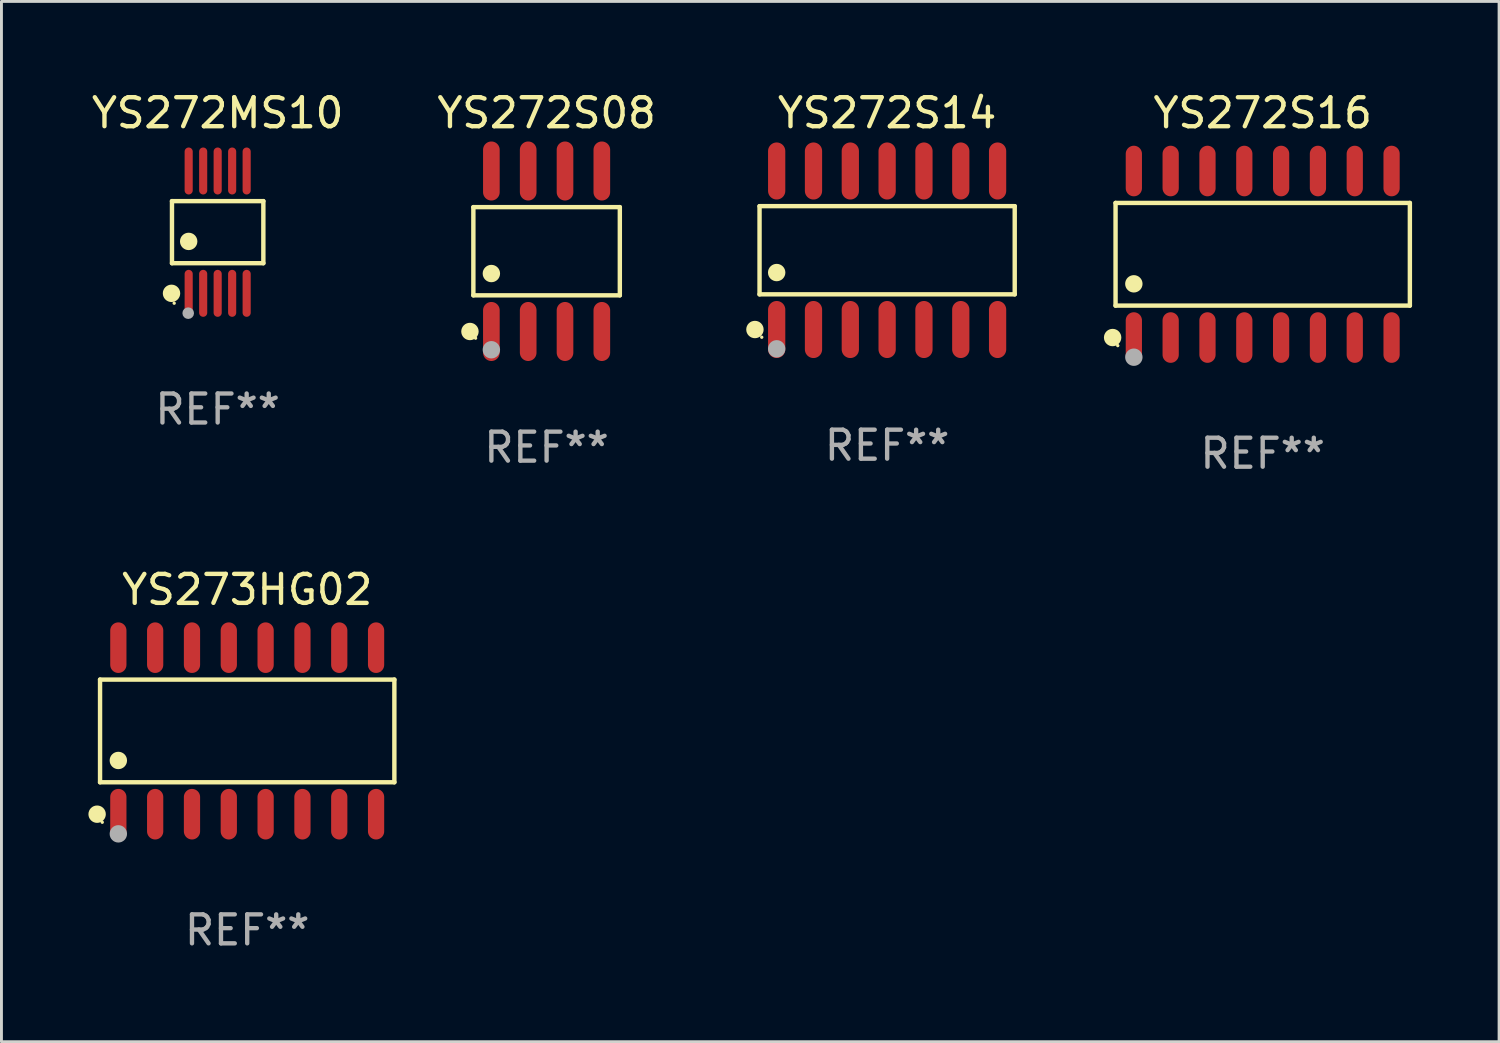
<source format=kicad_pcb>
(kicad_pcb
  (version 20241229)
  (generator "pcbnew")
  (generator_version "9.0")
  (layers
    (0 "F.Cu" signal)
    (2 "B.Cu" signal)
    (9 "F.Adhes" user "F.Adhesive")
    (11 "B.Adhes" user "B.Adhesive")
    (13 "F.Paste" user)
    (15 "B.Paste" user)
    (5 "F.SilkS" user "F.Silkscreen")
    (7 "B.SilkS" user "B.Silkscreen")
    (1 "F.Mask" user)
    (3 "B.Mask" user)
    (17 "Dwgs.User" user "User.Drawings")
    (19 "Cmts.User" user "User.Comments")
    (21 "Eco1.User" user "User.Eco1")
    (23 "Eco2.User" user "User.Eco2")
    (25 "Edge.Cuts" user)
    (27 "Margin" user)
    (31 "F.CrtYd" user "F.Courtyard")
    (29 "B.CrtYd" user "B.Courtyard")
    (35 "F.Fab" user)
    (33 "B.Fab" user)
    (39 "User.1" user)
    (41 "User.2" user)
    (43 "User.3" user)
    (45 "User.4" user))
  (footprint "YS272S08"
    (layer "F.Cu")
    (at 15.804 5.616)
    (property "Reference" "YS272S08" (at 0 -4.768 0) (layer "F.SilkS") (effects (font (size 1 1) (thickness 0.15))))
    (attr through_hole)
    (fp_line (start -2.526 -1.521) (end 2.526 -1.521) (stroke (width 0.152) (type solid)) (layer "F.SilkS"))
    (fp_line (start -2.526 1.521) (end -2.526 -1.521) (stroke (width 0.152) (type solid)) (layer "F.SilkS"))
    (fp_line (start 2.526 -1.521) (end 2.526 1.521) (stroke (width 0.152) (type solid)) (layer "F.SilkS"))
    (fp_line (start 2.526 1.521) (end -2.526 1.521) (stroke (width 0.152) (type solid)) (layer "F.SilkS"))
    (fp_circle (center -2.644 2.768) (end -2.494 2.768) (stroke (width 0.3) (type solid)) (fill no) (layer "F.SilkS"))
    (fp_circle (center -2.45 2.998) (end -2.42 2.998) (stroke (width 0.06) (type solid)) (fill no) (layer "F.SilkS"))
    (fp_circle (center -1.905 0.769) (end -1.755 0.769) (stroke (width 0.3) (type solid)) (fill no) (layer "F.SilkS"))
    (fp_circle (center -1.905 3.398) (end -1.755 3.398) (stroke (width 0.3) (type solid)) (fill no) (layer "F.Fab"))
    (fp_text user "REF**" (at 0 6.768 0) (layer "F.Fab") (effects (font (size 1 1) (thickness 0.15))))
    (pad "1" smd oval (at -1.905 2.768) (size 0.574 2.036) (layers "F.Cu" "F.Mask" "F.Paste"))
    (pad "2" smd oval (at -0.635 2.768) (size 0.574 2.036) (layers "F.Cu" "F.Mask" "F.Paste"))
    (pad "3" smd oval (at 0.635 2.768) (size 0.574 2.036) (layers "F.Cu" "F.Mask" "F.Paste"))
    (pad "4" smd oval (at 1.905 2.768) (size 0.574 2.036) (layers "F.Cu" "F.Mask" "F.Paste"))
    (pad "5" smd oval (at 1.905 -2.768) (size 0.574 2.036) (layers "F.Cu" "F.Mask" "F.Paste"))
    (pad "6" smd oval (at 0.635 -2.768) (size 0.574 2.036) (layers "F.Cu" "F.Mask" "F.Paste"))
    (pad "7" smd oval (at -0.635 -2.768) (size 0.574 2.036) (layers "F.Cu" "F.Mask" "F.Paste"))
    (pad "8" smd oval (at -1.905 -2.768) (size 0.574 2.036) (layers "F.Cu" "F.Mask" "F.Paste")))
  (footprint "YS272S14"
    (layer "F.Cu")
    (at 27.55 5.582)
    (property "Reference" "YS272S14" (at 0 -4.734 0) (layer "F.SilkS") (effects (font (size 1 1) (thickness 0.15))))
    (attr through_hole)
    (fp_line (start -4.401 -1.521) (end 4.401 -1.521) (stroke (width 0.152) (type solid)) (layer "F.SilkS"))
    (fp_line (start -4.401 1.521) (end -4.401 -1.521) (stroke (width 0.152) (type solid)) (layer "F.SilkS"))
    (fp_line (start 4.401 -1.521) (end 4.401 1.521) (stroke (width 0.152) (type solid)) (layer "F.SilkS"))
    (fp_line (start 4.401 1.521) (end -4.401 1.521) (stroke (width 0.152) (type solid)) (layer "F.SilkS"))
    (fp_circle (center -4.56 2.734) (end -4.41 2.734) (stroke (width 0.3) (type solid)) (fill no) (layer "F.SilkS"))
    (fp_circle (center -4.325 3) (end -4.295 3) (stroke (width 0.06) (type solid)) (fill no) (layer "F.SilkS"))
    (fp_circle (center -3.81 0.769) (end -3.66 0.769) (stroke (width 0.3) (type solid)) (fill no) (layer "F.SilkS"))
    (fp_circle (center -3.81 3.4) (end -3.66 3.4) (stroke (width 0.3) (type solid)) (fill no) (layer "F.Fab"))
    (fp_text user "REF**" (at 0 6.734 0) (layer "F.Fab") (effects (font (size 1 1) (thickness 0.15))))
    (pad "1" smd oval (at -3.81 2.734) (size 0.595 1.968) (layers "F.Cu" "F.Mask" "F.Paste"))
    (pad "2" smd oval (at -2.54 2.734) (size 0.595 1.968) (layers "F.Cu" "F.Mask" "F.Paste"))
    (pad "3" smd oval (at -1.27 2.734) (size 0.595 1.968) (layers "F.Cu" "F.Mask" "F.Paste"))
    (pad "4" smd oval (at 0 2.734) (size 0.595 1.968) (layers "F.Cu" "F.Mask" "F.Paste"))
    (pad "5" smd oval (at 1.27 2.734) (size 0.595 1.968) (layers "F.Cu" "F.Mask" "F.Paste"))
    (pad "6" smd oval (at 2.54 2.734) (size 0.595 1.968) (layers "F.Cu" "F.Mask" "F.Paste"))
    (pad "7" smd oval (at 3.81 2.734) (size 0.595 1.968) (layers "F.Cu" "F.Mask" "F.Paste"))
    (pad "8" smd oval (at 3.81 -2.734) (size 0.595 1.968) (layers "F.Cu" "F.Mask" "F.Paste"))
    (pad "9" smd oval (at 2.54 -2.734) (size 0.595 1.968) (layers "F.Cu" "F.Mask" "F.Paste"))
    (pad "10" smd oval (at 1.27 -2.734) (size 0.595 1.968) (layers "F.Cu" "F.Mask" "F.Paste"))
    (pad "11" smd oval (at 0 -2.734) (size 0.595 1.968) (layers "F.Cu" "F.Mask" "F.Paste"))
    (pad "12" smd oval (at -1.27 -2.734) (size 0.595 1.968) (layers "F.Cu" "F.Mask" "F.Paste"))
    (pad "13" smd oval (at -2.54 -2.734) (size 0.595 1.968) (layers "F.Cu" "F.Mask" "F.Paste"))
    (pad "14" smd oval (at -3.81 -2.734) (size 0.595 1.968) (layers "F.Cu" "F.Mask" "F.Paste")))
  (footprint "YS273HG02"
    (layer "F.Cu")
    (at 5.477 22.162)
    (property "Reference" "YS273HG02" (at 0 -4.872 0) (layer "F.SilkS") (effects (font (size 1 1) (thickness 0.15))))
    (attr through_hole)
    (fp_line (start -5.076 -1.771) (end 5.076 -1.771) (stroke (width 0.152) (type solid)) (layer "F.SilkS"))
    (fp_line (start -5.076 1.771) (end -5.076 -1.771) (stroke (width 0.152) (type solid)) (layer "F.SilkS"))
    (fp_line (start 5.076 -1.771) (end 5.076 1.771) (stroke (width 0.152) (type solid)) (layer "F.SilkS"))
    (fp_line (start 5.076 1.771) (end -5.076 1.771) (stroke (width 0.152) (type solid)) (layer "F.SilkS"))
    (fp_circle (center -5.177 2.872) (end -5.027 2.872) (stroke (width 0.3) (type solid)) (fill no) (layer "F.SilkS"))
    (fp_circle (center -5 3.15) (end -4.97 3.15) (stroke (width 0.06) (type solid)) (fill no) (layer "F.SilkS"))
    (fp_circle (center -4.445 1.019) (end -4.295 1.019) (stroke (width 0.3) (type solid)) (fill no) (layer "F.SilkS"))
    (fp_circle (center -4.445 3.55) (end -4.295 3.55) (stroke (width 0.3) (type solid)) (fill no) (layer "F.Fab"))
    (fp_text user "REF**" (at 0 6.872 0) (layer "F.Fab") (effects (font (size 1 1) (thickness 0.15))))
    (pad "1" smd oval (at -4.445 2.872) (size 0.56 1.745) (layers "F.Cu" "F.Mask" "F.Paste"))
    (pad "2" smd oval (at -3.175 2.872) (size 0.56 1.745) (layers "F.Cu" "F.Mask" "F.Paste"))
    (pad "3" smd oval (at -1.905 2.872) (size 0.56 1.745) (layers "F.Cu" "F.Mask" "F.Paste"))
    (pad "4" smd oval (at -0.635 2.872) (size 0.56 1.745) (layers "F.Cu" "F.Mask" "F.Paste"))
    (pad "5" smd oval (at 0.635 2.872) (size 0.56 1.745) (layers "F.Cu" "F.Mask" "F.Paste"))
    (pad "6" smd oval (at 1.905 2.872) (size 0.56 1.745) (layers "F.Cu" "F.Mask" "F.Paste"))
    (pad "7" smd oval (at 3.175 2.872) (size 0.56 1.745) (layers "F.Cu" "F.Mask" "F.Paste"))
    (pad "8" smd oval (at 4.445 2.872) (size 0.56 1.745) (layers "F.Cu" "F.Mask" "F.Paste"))
    (pad "9" smd oval (at 4.445 -2.872) (size 0.56 1.745) (layers "F.Cu" "F.Mask" "F.Paste"))
    (pad "10" smd oval (at 3.175 -2.872) (size 0.56 1.745) (layers "F.Cu" "F.Mask" "F.Paste"))
    (pad "11" smd oval (at 1.905 -2.872) (size 0.56 1.745) (layers "F.Cu" "F.Mask" "F.Paste"))
    (pad "12" smd oval (at 0.635 -2.872) (size 0.56 1.745) (layers "F.Cu" "F.Mask" "F.Paste"))
    (pad "13" smd oval (at -0.635 -2.872) (size 0.56 1.745) (layers "F.Cu" "F.Mask" "F.Paste"))
    (pad "14" smd oval (at -1.905 -2.872) (size 0.56 1.745) (layers "F.Cu" "F.Mask" "F.Paste"))
    (pad "15" smd oval (at -3.175 -2.872) (size 0.56 1.745) (layers "F.Cu" "F.Mask" "F.Paste"))
    (pad "16" smd oval (at -4.445 -2.872) (size 0.56 1.745) (layers "F.Cu" "F.Mask" "F.Paste")))
  (footprint "YS272MS10"
    (layer "F.Cu")
    (at 4.458 4.958)
    (property "Reference" "YS272MS10" (at 0 -4.11 0) (layer "F.SilkS") (effects (font (size 1 1) (thickness 0.15))))
    (attr through_hole)
    (fp_line (start -1.576 -1.071) (end 1.576 -1.071) (stroke (width 0.152) (type solid)) (layer "F.SilkS"))
    (fp_line (start -1.576 1.071) (end -1.576 -1.071) (stroke (width 0.152) (type solid)) (layer "F.SilkS"))
    (fp_line (start 1.576 -1.071) (end 1.576 1.071) (stroke (width 0.152) (type solid)) (layer "F.SilkS"))
    (fp_line (start 1.576 1.071) (end -1.576 1.071) (stroke (width 0.152) (type solid)) (layer "F.SilkS"))
    (fp_circle (center -1.592 2.11) (end -1.442 2.11) (stroke (width 0.3) (type solid)) (fill no) (layer "F.SilkS"))
    (fp_circle (center -1.5 2.45) (end -1.47 2.45) (stroke (width 0.06) (type solid)) (fill no) (layer "F.SilkS"))
    (fp_circle (center -1 0.319) (end -0.85 0.319) (stroke (width 0.3) (type solid)) (fill no) (layer "F.SilkS"))
    (fp_circle (center -1.016 2.794) (end -0.916 2.794) (stroke (width 0.2) (type solid)) (fill no) (layer "F.Fab"))
    (fp_text user "REF**" (at 0 6.11 0) (layer "F.Fab") (effects (font (size 1 1) (thickness 0.15))))
    (pad "1" smd oval (at -1 2.11) (size 0.28 1.62) (layers "F.Cu" "F.Mask" "F.Paste"))
    (pad "2" smd oval (at -0.5 2.11) (size 0.28 1.62) (layers "F.Cu" "F.Mask" "F.Paste"))
    (pad "3" smd oval (at 0 2.11) (size 0.28 1.62) (layers "F.Cu" "F.Mask" "F.Paste"))
    (pad "4" smd oval (at 0.5 2.11) (size 0.28 1.62) (layers "F.Cu" "F.Mask" "F.Paste"))
    (pad "5" smd oval (at 1 2.11) (size 0.28 1.62) (layers "F.Cu" "F.Mask" "F.Paste"))
    (pad "6" smd oval (at 1 -2.11) (size 0.28 1.62) (layers "F.Cu" "F.Mask" "F.Paste"))
    (pad "7" smd oval (at 0.5 -2.11) (size 0.28 1.62) (layers "F.Cu" "F.Mask" "F.Paste"))
    (pad "8" smd oval (at 0 -2.11) (size 0.28 1.62) (layers "F.Cu" "F.Mask" "F.Paste"))
    (pad "9" smd oval (at -0.5 -2.11) (size 0.28 1.62) (layers "F.Cu" "F.Mask" "F.Paste"))
    (pad "10" smd oval (at -1 -2.11) (size 0.28 1.62) (layers "F.Cu" "F.Mask" "F.Paste")))
  (footprint "YS272S16"
    (layer "F.Cu")
    (at 40.505 5.721)
    (property "Reference" "YS272S16" (at 0 -4.872 0) (layer "F.SilkS") (effects (font (size 1 1) (thickness 0.15))))
    (attr through_hole)
    (fp_line (start -5.076 -1.771) (end 5.076 -1.771) (stroke (width 0.152) (type solid)) (layer "F.SilkS"))
    (fp_line (start -5.076 1.771) (end -5.076 -1.771) (stroke (width 0.152) (type solid)) (layer "F.SilkS"))
    (fp_line (start 5.076 -1.771) (end 5.076 1.771) (stroke (width 0.152) (type solid)) (layer "F.SilkS"))
    (fp_line (start 5.076 1.771) (end -5.076 1.771) (stroke (width 0.152) (type solid)) (layer "F.SilkS"))
    (fp_circle (center -5.177 2.872) (end -5.027 2.872) (stroke (width 0.3) (type solid)) (fill no) (layer "F.SilkS"))
    (fp_circle (center -5 3.15) (end -4.97 3.15) (stroke (width 0.06) (type solid)) (fill no) (layer "F.SilkS"))
    (fp_circle (center -4.445 1.019) (end -4.295 1.019) (stroke (width 0.3) (type solid)) (fill no) (layer "F.SilkS"))
    (fp_circle (center -4.445 3.55) (end -4.295 3.55) (stroke (width 0.3) (type solid)) (fill no) (layer "F.Fab"))
    (fp_text user "REF**" (at 0 6.872 0) (layer "F.Fab") (effects (font (size 1 1) (thickness 0.15))))
    (pad "1" smd oval (at -4.445 2.872) (size 0.56 1.745) (layers "F.Cu" "F.Mask" "F.Paste"))
    (pad "2" smd oval (at -3.175 2.872) (size 0.56 1.745) (layers "F.Cu" "F.Mask" "F.Paste"))
    (pad "3" smd oval (at -1.905 2.872) (size 0.56 1.745) (layers "F.Cu" "F.Mask" "F.Paste"))
    (pad "4" smd oval (at -0.635 2.872) (size 0.56 1.745) (layers "F.Cu" "F.Mask" "F.Paste"))
    (pad "5" smd oval (at 0.635 2.872) (size 0.56 1.745) (layers "F.Cu" "F.Mask" "F.Paste"))
    (pad "6" smd oval (at 1.905 2.872) (size 0.56 1.745) (layers "F.Cu" "F.Mask" "F.Paste"))
    (pad "7" smd oval (at 3.175 2.872) (size 0.56 1.745) (layers "F.Cu" "F.Mask" "F.Paste"))
    (pad "8" smd oval (at 4.445 2.872) (size 0.56 1.745) (layers "F.Cu" "F.Mask" "F.Paste"))
    (pad "9" smd oval (at 4.445 -2.872) (size 0.56 1.745) (layers "F.Cu" "F.Mask" "F.Paste"))
    (pad "10" smd oval (at 3.175 -2.872) (size 0.56 1.745) (layers "F.Cu" "F.Mask" "F.Paste"))
    (pad "11" smd oval (at 1.905 -2.872) (size 0.56 1.745) (layers "F.Cu" "F.Mask" "F.Paste"))
    (pad "12" smd oval (at 0.635 -2.872) (size 0.56 1.745) (layers "F.Cu" "F.Mask" "F.Paste"))
    (pad "13" smd oval (at -0.635 -2.872) (size 0.56 1.745) (layers "F.Cu" "F.Mask" "F.Paste"))
    (pad "14" smd oval (at -1.905 -2.872) (size 0.56 1.745) (layers "F.Cu" "F.Mask" "F.Paste"))
    (pad "15" smd oval (at -3.175 -2.872) (size 0.56 1.745) (layers "F.Cu" "F.Mask" "F.Paste"))
    (pad "16" smd oval (at -4.445 -2.872) (size 0.56 1.745) (layers "F.Cu" "F.Mask" "F.Paste")))
  (gr_rect
    (start -3 -3)
    (end 48.658 32.883)
    (stroke (width 0.1) (type default))
    (fill no)
    (layer "Edge.Cuts")))
</source>
